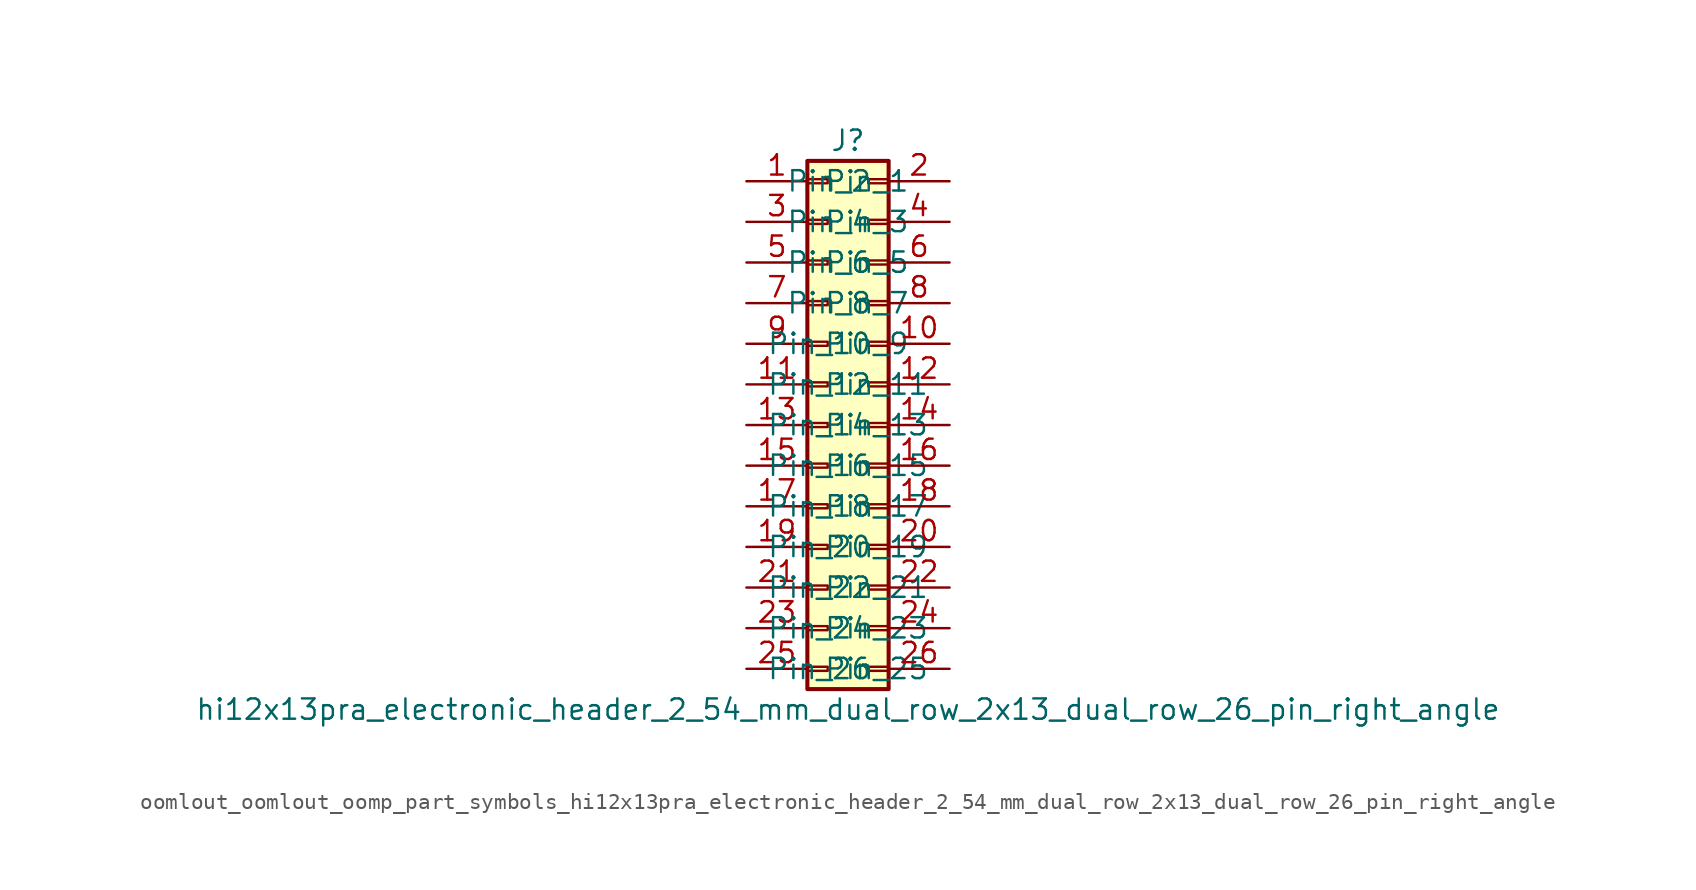
<source format=kicad_sym>
(kicad_symbol_lib
  (version 20220914)
  (generator kicad_symbol_editor)
  (symbol "oomlout_oomlout_oomp_part_symbols_hi12x13pra_electronic_header_2_54_mm_dual_row_2x13_dual_row_26_pin_right_angle"
    (pin_names
      (offset 1.016))
    (property "Reference" "J"
      (at 1.27 17.78 0)
      (effects (font (size 1.27 1.27))))
    (property "Value" "hi12x13pra_electronic_header_2_54_mm_dual_row_2x13_dual_row_26_pin_right_angle"
      (at 1.27 -17.78 0)
      (effects (font (size 1.27 1.27))))
    (symbol "oomlout_oomlout_oomp_part_symbols_hi12x13pra_electronic_header_2_54_mm_dual_row_2x13_dual_row_26_pin_right_angle_1_1"
      (rectangle (start -1.27 -15.113) (end 0 -15.367) (stroke (width 0.152) (type default)) (fill (type none)))
      (rectangle (start -1.27 -12.573) (end 0 -12.827) (stroke (width 0.152) (type default)) (fill (type none)))
      (rectangle (start -1.27 -10.033) (end 0 -10.287) (stroke (width 0.152) (type default)) (fill (type none)))
      (rectangle (start -1.27 -7.493) (end 0 -7.747) (stroke (width 0.152) (type default)) (fill (type none)))
      (rectangle (start -1.27 -4.953) (end 0 -5.207) (stroke (width 0.152) (type default)) (fill (type none)))
      (rectangle (start -1.27 -2.413) (end 0 -2.667) (stroke (width 0.152) (type default)) (fill (type none)))
      (rectangle (start -1.27 0.127) (end 0 -0.127) (stroke (width 0.152) (type default)) (fill (type none)))
      (rectangle (start -1.27 2.667) (end 0 2.413) (stroke (width 0.152) (type default)) (fill (type none)))
      (rectangle (start -1.27 5.207) (end 0 4.953) (stroke (width 0.152) (type default)) (fill (type none)))
      (rectangle (start -1.27 7.747) (end 0 7.493) (stroke (width 0.152) (type default)) (fill (type none)))
      (rectangle (start -1.27 10.287) (end 0 10.033) (stroke (width 0.152) (type default)) (fill (type none)))
      (rectangle (start -1.27 12.827) (end 0 12.573) (stroke (width 0.152) (type default)) (fill (type none)))
      (rectangle (start -1.27 15.367) (end 0 15.113) (stroke (width 0.152) (type default)) (fill (type none)))
      (rectangle (start -1.27 16.51) (end 3.81 -16.51) (stroke (width 0.254) (type default)) (fill (type background)))
      (rectangle (start 3.81 -15.113) (end 2.54 -15.367) (stroke (width 0.152) (type default)) (fill (type none)))
      (rectangle (start 3.81 -12.573) (end 2.54 -12.827) (stroke (width 0.152) (type default)) (fill (type none)))
      (rectangle (start 3.81 -10.033) (end 2.54 -10.287) (stroke (width 0.152) (type default)) (fill (type none)))
      (rectangle (start 3.81 -7.493) (end 2.54 -7.747) (stroke (width 0.152) (type default)) (fill (type none)))
      (rectangle (start 3.81 -4.953) (end 2.54 -5.207) (stroke (width 0.152) (type default)) (fill (type none)))
      (rectangle (start 3.81 -2.413) (end 2.54 -2.667) (stroke (width 0.152) (type default)) (fill (type none)))
      (rectangle (start 3.81 0.127) (end 2.54 -0.127) (stroke (width 0.152) (type default)) (fill (type none)))
      (rectangle (start 3.81 2.667) (end 2.54 2.413) (stroke (width 0.152) (type default)) (fill (type none)))
      (rectangle (start 3.81 5.207) (end 2.54 4.953) (stroke (width 0.152) (type default)) (fill (type none)))
      (rectangle (start 3.81 7.747) (end 2.54 7.493) (stroke (width 0.152) (type default)) (fill (type none)))
      (rectangle (start 3.81 10.287) (end 2.54 10.033) (stroke (width 0.152) (type default)) (fill (type none)))
      (rectangle (start 3.81 12.827) (end 2.54 12.573) (stroke (width 0.152) (type default)) (fill (type none)))
      (rectangle (start 3.81 15.367) (end 2.54 15.113) (stroke (width 0.152) (type default)) (fill (type none)))
      (pin passive line (at -5.08 15.24 0) (length 3.81) (name "Pin_1" (effects (font (size 1.27 1.27)))) (number "1" (effects (font (size 1.27 1.27)))))
      (pin passive line (at 7.62 5.08 180) (length 3.81) (name "Pin_10" (effects (font (size 1.27 1.27)))) (number "10" (effects (font (size 1.27 1.27)))))
      (pin passive line (at -5.08 2.54 0) (length 3.81) (name "Pin_11" (effects (font (size 1.27 1.27)))) (number "11" (effects (font (size 1.27 1.27)))))
      (pin passive line (at 7.62 2.54 180) (length 3.81) (name "Pin_12" (effects (font (size 1.27 1.27)))) (number "12" (effects (font (size 1.27 1.27)))))
      (pin passive line (at -5.08 0 0) (length 3.81) (name "Pin_13" (effects (font (size 1.27 1.27)))) (number "13" (effects (font (size 1.27 1.27)))))
      (pin passive line (at 7.62 0 180) (length 3.81) (name "Pin_14" (effects (font (size 1.27 1.27)))) (number "14" (effects (font (size 1.27 1.27)))))
      (pin passive line (at -5.08 -2.54 0) (length 3.81) (name "Pin_15" (effects (font (size 1.27 1.27)))) (number "15" (effects (font (size 1.27 1.27)))))
      (pin passive line (at 7.62 -2.54 180) (length 3.81) (name "Pin_16" (effects (font (size 1.27 1.27)))) (number "16" (effects (font (size 1.27 1.27)))))
      (pin passive line (at -5.08 -5.08 0) (length 3.81) (name "Pin_17" (effects (font (size 1.27 1.27)))) (number "17" (effects (font (size 1.27 1.27)))))
      (pin passive line (at 7.62 -5.08 180) (length 3.81) (name "Pin_18" (effects (font (size 1.27 1.27)))) (number "18" (effects (font (size 1.27 1.27)))))
      (pin passive line (at -5.08 -7.62 0) (length 3.81) (name "Pin_19" (effects (font (size 1.27 1.27)))) (number "19" (effects (font (size 1.27 1.27)))))
      (pin passive line (at 7.62 15.24 180) (length 3.81) (name "Pin_2" (effects (font (size 1.27 1.27)))) (number "2" (effects (font (size 1.27 1.27)))))
      (pin passive line (at 7.62 -7.62 180) (length 3.81) (name "Pin_20" (effects (font (size 1.27 1.27)))) (number "20" (effects (font (size 1.27 1.27)))))
      (pin passive line (at -5.08 -10.16 0) (length 3.81) (name "Pin_21" (effects (font (size 1.27 1.27)))) (number "21" (effects (font (size 1.27 1.27)))))
      (pin passive line (at 7.62 -10.16 180) (length 3.81) (name "Pin_22" (effects (font (size 1.27 1.27)))) (number "22" (effects (font (size 1.27 1.27)))))
      (pin passive line (at -5.08 -12.7 0) (length 3.81) (name "Pin_23" (effects (font (size 1.27 1.27)))) (number "23" (effects (font (size 1.27 1.27)))))
      (pin passive line (at 7.62 -12.7 180) (length 3.81) (name "Pin_24" (effects (font (size 1.27 1.27)))) (number "24" (effects (font (size 1.27 1.27)))))
      (pin passive line (at -5.08 -15.24 0) (length 3.81) (name "Pin_25" (effects (font (size 1.27 1.27)))) (number "25" (effects (font (size 1.27 1.27)))))
      (pin passive line (at 7.62 -15.24 180) (length 3.81) (name "Pin_26" (effects (font (size 1.27 1.27)))) (number "26" (effects (font (size 1.27 1.27)))))
      (pin passive line (at -5.08 12.7 0) (length 3.81) (name "Pin_3" (effects (font (size 1.27 1.27)))) (number "3" (effects (font (size 1.27 1.27)))))
      (pin passive line (at 7.62 12.7 180) (length 3.81) (name "Pin_4" (effects (font (size 1.27 1.27)))) (number "4" (effects (font (size 1.27 1.27)))))
      (pin passive line (at -5.08 10.16 0) (length 3.81) (name "Pin_5" (effects (font (size 1.27 1.27)))) (number "5" (effects (font (size 1.27 1.27)))))
      (pin passive line (at 7.62 10.16 180) (length 3.81) (name "Pin_6" (effects (font (size 1.27 1.27)))) (number "6" (effects (font (size 1.27 1.27)))))
      (pin passive line (at -5.08 7.62 0) (length 3.81) (name "Pin_7" (effects (font (size 1.27 1.27)))) (number "7" (effects (font (size 1.27 1.27)))))
      (pin passive line (at 7.62 7.62 180) (length 3.81) (name "Pin_8" (effects (font (size 1.27 1.27)))) (number "8" (effects (font (size 1.27 1.27)))))
      (pin passive line (at -5.08 5.08 0) (length 3.81) (name "Pin_9" (effects (font (size 1.27 1.27)))) (number "9" (effects (font (size 1.27 1.27))))))))
</source>
